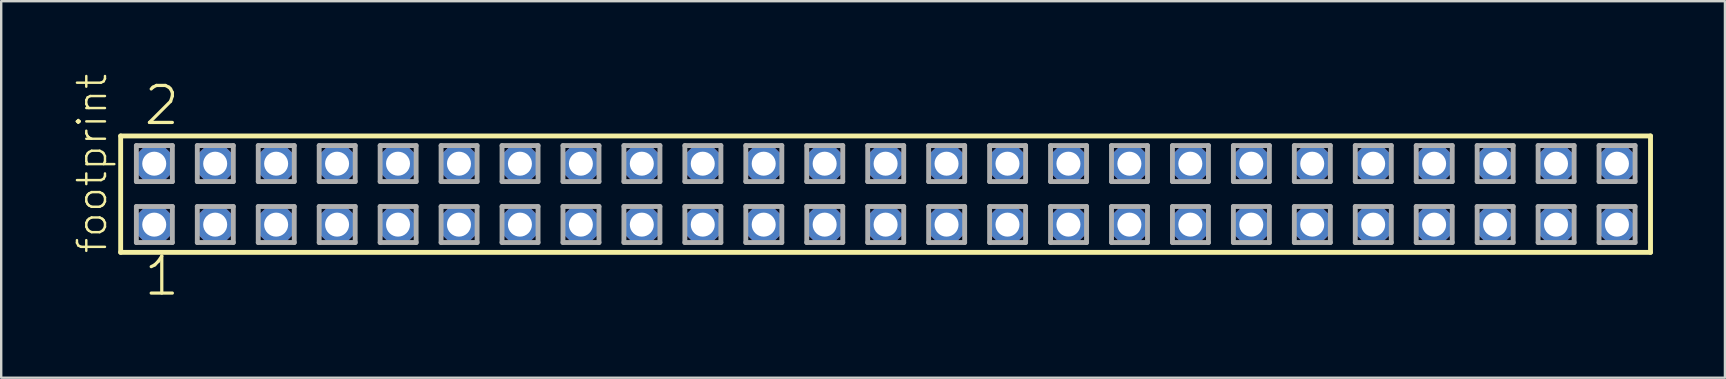
<source format=kicad_pcb>
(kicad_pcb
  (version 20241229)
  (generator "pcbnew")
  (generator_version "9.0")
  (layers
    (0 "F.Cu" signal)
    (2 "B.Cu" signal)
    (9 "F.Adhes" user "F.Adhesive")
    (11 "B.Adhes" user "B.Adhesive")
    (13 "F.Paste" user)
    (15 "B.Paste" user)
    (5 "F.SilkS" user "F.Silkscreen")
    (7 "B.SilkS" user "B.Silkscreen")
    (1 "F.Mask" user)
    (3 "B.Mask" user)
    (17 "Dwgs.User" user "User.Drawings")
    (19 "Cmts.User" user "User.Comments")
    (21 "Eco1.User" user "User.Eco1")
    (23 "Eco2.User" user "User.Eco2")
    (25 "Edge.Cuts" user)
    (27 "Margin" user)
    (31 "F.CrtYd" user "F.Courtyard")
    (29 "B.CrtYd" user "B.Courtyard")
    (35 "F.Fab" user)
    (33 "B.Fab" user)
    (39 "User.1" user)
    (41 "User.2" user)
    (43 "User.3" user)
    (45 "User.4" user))
  (footprint "footprint"
    (layer "F.Cu")
    (at 33.858 5.042)
    (property "Reference" "footprint" (at -32.385 2.54 90) (layer "F.SilkS") (effects (font (size 1.168 1.168) (thickness 0.102)) (justify left bottom)))
    (fp_line (start -31.879 -2.425) (end 31.879 -2.425) (stroke (width 0.203) (type solid)) (layer "F.SilkS"))
    (fp_line (start -31.879 2.425) (end -31.879 -2.425) (stroke (width 0.203) (type solid)) (layer "F.SilkS"))
    (fp_line (start 31.879 -2.425) (end 31.879 2.425) (stroke (width 0.203) (type solid)) (layer "F.SilkS"))
    (fp_line (start 31.879 2.425) (end -31.879 2.425) (stroke (width 0.203) (type solid)) (layer "F.SilkS"))
    (fp_line (start -31.225 -2.025) (end -29.725 -2.025) (stroke (width 0.203) (type solid)) (layer "F.Fab"))
    (fp_line (start -31.225 -0.525) (end -31.225 -2.025) (stroke (width 0.203) (type solid)) (layer "F.Fab"))
    (fp_line (start -31.225 0.515) (end -29.725 0.515) (stroke (width 0.203) (type solid)) (layer "F.Fab"))
    (fp_line (start -31.225 2.015) (end -31.225 0.515) (stroke (width 0.203) (type solid)) (layer "F.Fab"))
    (fp_line (start -29.725 -2.025) (end -29.725 -0.525) (stroke (width 0.203) (type solid)) (layer "F.Fab"))
    (fp_line (start -29.725 -0.525) (end -31.225 -0.525) (stroke (width 0.203) (type solid)) (layer "F.Fab"))
    (fp_line (start -29.725 0.515) (end -29.725 2.015) (stroke (width 0.203) (type solid)) (layer "F.Fab"))
    (fp_line (start -29.725 2.015) (end -31.225 2.015) (stroke (width 0.203) (type solid)) (layer "F.Fab"))
    (fp_line (start -28.685 -2.025) (end -27.185 -2.025) (stroke (width 0.203) (type solid)) (layer "F.Fab"))
    (fp_line (start -28.685 -0.525) (end -28.685 -2.025) (stroke (width 0.203) (type solid)) (layer "F.Fab"))
    (fp_line (start -28.685 0.515) (end -27.185 0.515) (stroke (width 0.203) (type solid)) (layer "F.Fab"))
    (fp_line (start -28.685 2.015) (end -28.685 0.515) (stroke (width 0.203) (type solid)) (layer "F.Fab"))
    (fp_line (start -27.185 -2.025) (end -27.185 -0.525) (stroke (width 0.203) (type solid)) (layer "F.Fab"))
    (fp_line (start -27.185 -0.525) (end -28.685 -0.525) (stroke (width 0.203) (type solid)) (layer "F.Fab"))
    (fp_line (start -27.185 0.515) (end -27.185 2.015) (stroke (width 0.203) (type solid)) (layer "F.Fab"))
    (fp_line (start -27.185 2.015) (end -28.685 2.015) (stroke (width 0.203) (type solid)) (layer "F.Fab"))
    (fp_line (start -26.145 -2.025) (end -24.645 -2.025) (stroke (width 0.203) (type solid)) (layer "F.Fab"))
    (fp_line (start -26.145 -0.525) (end -26.145 -2.025) (stroke (width 0.203) (type solid)) (layer "F.Fab"))
    (fp_line (start -26.145 0.515) (end -24.645 0.515) (stroke (width 0.203) (type solid)) (layer "F.Fab"))
    (fp_line (start -26.145 2.015) (end -26.145 0.515) (stroke (width 0.203) (type solid)) (layer "F.Fab"))
    (fp_line (start -24.645 -2.025) (end -24.645 -0.525) (stroke (width 0.203) (type solid)) (layer "F.Fab"))
    (fp_line (start -24.645 -0.525) (end -26.145 -0.525) (stroke (width 0.203) (type solid)) (layer "F.Fab"))
    (fp_line (start -24.645 0.515) (end -24.645 2.015) (stroke (width 0.203) (type solid)) (layer "F.Fab"))
    (fp_line (start -24.645 2.015) (end -26.145 2.015) (stroke (width 0.203) (type solid)) (layer "F.Fab"))
    (fp_line (start -23.605 -2.025) (end -22.105 -2.025) (stroke (width 0.203) (type solid)) (layer "F.Fab"))
    (fp_line (start -23.605 -0.525) (end -23.605 -2.025) (stroke (width 0.203) (type solid)) (layer "F.Fab"))
    (fp_line (start -23.605 0.515) (end -22.105 0.515) (stroke (width 0.203) (type solid)) (layer "F.Fab"))
    (fp_line (start -23.605 2.015) (end -23.605 0.515) (stroke (width 0.203) (type solid)) (layer "F.Fab"))
    (fp_line (start -22.105 -2.025) (end -22.105 -0.525) (stroke (width 0.203) (type solid)) (layer "F.Fab"))
    (fp_line (start -22.105 -0.525) (end -23.605 -0.525) (stroke (width 0.203) (type solid)) (layer "F.Fab"))
    (fp_line (start -22.105 0.515) (end -22.105 2.015) (stroke (width 0.203) (type solid)) (layer "F.Fab"))
    (fp_line (start -22.105 2.015) (end -23.605 2.015) (stroke (width 0.203) (type solid)) (layer "F.Fab"))
    (fp_line (start -21.065 -2.025) (end -19.565 -2.025) (stroke (width 0.203) (type solid)) (layer "F.Fab"))
    (fp_line (start -21.065 -0.525) (end -21.065 -2.025) (stroke (width 0.203) (type solid)) (layer "F.Fab"))
    (fp_line (start -21.065 0.515) (end -19.565 0.515) (stroke (width 0.203) (type solid)) (layer "F.Fab"))
    (fp_line (start -21.065 2.015) (end -21.065 0.515) (stroke (width 0.203) (type solid)) (layer "F.Fab"))
    (fp_line (start -19.565 -2.025) (end -19.565 -0.525) (stroke (width 0.203) (type solid)) (layer "F.Fab"))
    (fp_line (start -19.565 -0.525) (end -21.065 -0.525) (stroke (width 0.203) (type solid)) (layer "F.Fab"))
    (fp_line (start -19.565 0.515) (end -19.565 2.015) (stroke (width 0.203) (type solid)) (layer "F.Fab"))
    (fp_line (start -19.565 2.015) (end -21.065 2.015) (stroke (width 0.203) (type solid)) (layer "F.Fab"))
    (fp_line (start -18.525 -2.025) (end -17.025 -2.025) (stroke (width 0.203) (type solid)) (layer "F.Fab"))
    (fp_line (start -18.525 -0.525) (end -18.525 -2.025) (stroke (width 0.203) (type solid)) (layer "F.Fab"))
    (fp_line (start -18.525 0.515) (end -17.025 0.515) (stroke (width 0.203) (type solid)) (layer "F.Fab"))
    (fp_line (start -18.525 2.015) (end -18.525 0.515) (stroke (width 0.203) (type solid)) (layer "F.Fab"))
    (fp_line (start -17.025 -2.025) (end -17.025 -0.525) (stroke (width 0.203) (type solid)) (layer "F.Fab"))
    (fp_line (start -17.025 -0.525) (end -18.525 -0.525) (stroke (width 0.203) (type solid)) (layer "F.Fab"))
    (fp_line (start -17.025 0.515) (end -17.025 2.015) (stroke (width 0.203) (type solid)) (layer "F.Fab"))
    (fp_line (start -17.025 2.015) (end -18.525 2.015) (stroke (width 0.203) (type solid)) (layer "F.Fab"))
    (fp_line (start -15.985 -2.025) (end -14.485 -2.025) (stroke (width 0.203) (type solid)) (layer "F.Fab"))
    (fp_line (start -15.985 -0.525) (end -15.985 -2.025) (stroke (width 0.203) (type solid)) (layer "F.Fab"))
    (fp_line (start -15.985 0.515) (end -14.485 0.515) (stroke (width 0.203) (type solid)) (layer "F.Fab"))
    (fp_line (start -15.985 2.015) (end -15.985 0.515) (stroke (width 0.203) (type solid)) (layer "F.Fab"))
    (fp_line (start -14.485 -2.025) (end -14.485 -0.525) (stroke (width 0.203) (type solid)) (layer "F.Fab"))
    (fp_line (start -14.485 -0.525) (end -15.985 -0.525) (stroke (width 0.203) (type solid)) (layer "F.Fab"))
    (fp_line (start -14.485 0.515) (end -14.485 2.015) (stroke (width 0.203) (type solid)) (layer "F.Fab"))
    (fp_line (start -14.485 2.015) (end -15.985 2.015) (stroke (width 0.203) (type solid)) (layer "F.Fab"))
    (fp_line (start -13.445 -2.025) (end -11.945 -2.025) (stroke (width 0.203) (type solid)) (layer "F.Fab"))
    (fp_line (start -13.445 -0.525) (end -13.445 -2.025) (stroke (width 0.203) (type solid)) (layer "F.Fab"))
    (fp_line (start -13.445 0.515) (end -11.945 0.515) (stroke (width 0.203) (type solid)) (layer "F.Fab"))
    (fp_line (start -13.445 2.015) (end -13.445 0.515) (stroke (width 0.203) (type solid)) (layer "F.Fab"))
    (fp_line (start -11.945 -2.025) (end -11.945 -0.525) (stroke (width 0.203) (type solid)) (layer "F.Fab"))
    (fp_line (start -11.945 -0.525) (end -13.445 -0.525) (stroke (width 0.203) (type solid)) (layer "F.Fab"))
    (fp_line (start -11.945 0.515) (end -11.945 2.015) (stroke (width 0.203) (type solid)) (layer "F.Fab"))
    (fp_line (start -11.945 2.015) (end -13.445 2.015) (stroke (width 0.203) (type solid)) (layer "F.Fab"))
    (fp_line (start -10.905 -2.025) (end -9.405 -2.025) (stroke (width 0.203) (type solid)) (layer "F.Fab"))
    (fp_line (start -10.905 -0.525) (end -10.905 -2.025) (stroke (width 0.203) (type solid)) (layer "F.Fab"))
    (fp_line (start -10.905 0.515) (end -9.405 0.515) (stroke (width 0.203) (type solid)) (layer "F.Fab"))
    (fp_line (start -10.905 2.015) (end -10.905 0.515) (stroke (width 0.203) (type solid)) (layer "F.Fab"))
    (fp_line (start -9.405 -2.025) (end -9.405 -0.525) (stroke (width 0.203) (type solid)) (layer "F.Fab"))
    (fp_line (start -9.405 -0.525) (end -10.905 -0.525) (stroke (width 0.203) (type solid)) (layer "F.Fab"))
    (fp_line (start -9.405 0.515) (end -9.405 2.015) (stroke (width 0.203) (type solid)) (layer "F.Fab"))
    (fp_line (start -9.405 2.015) (end -10.905 2.015) (stroke (width 0.203) (type solid)) (layer "F.Fab"))
    (fp_line (start -8.365 -2.025) (end -6.865 -2.025) (stroke (width 0.203) (type solid)) (layer "F.Fab"))
    (fp_line (start -8.365 -0.525) (end -8.365 -2.025) (stroke (width 0.203) (type solid)) (layer "F.Fab"))
    (fp_line (start -8.365 0.515) (end -6.865 0.515) (stroke (width 0.203) (type solid)) (layer "F.Fab"))
    (fp_line (start -8.365 2.015) (end -8.365 0.515) (stroke (width 0.203) (type solid)) (layer "F.Fab"))
    (fp_line (start -6.865 -2.025) (end -6.865 -0.525) (stroke (width 0.203) (type solid)) (layer "F.Fab"))
    (fp_line (start -6.865 -0.525) (end -8.365 -0.525) (stroke (width 0.203) (type solid)) (layer "F.Fab"))
    (fp_line (start -6.865 0.515) (end -6.865 2.015) (stroke (width 0.203) (type solid)) (layer "F.Fab"))
    (fp_line (start -6.865 2.015) (end -8.365 2.015) (stroke (width 0.203) (type solid)) (layer "F.Fab"))
    (fp_line (start -5.825 -2.025) (end -4.325 -2.025) (stroke (width 0.203) (type solid)) (layer "F.Fab"))
    (fp_line (start -5.825 -0.525) (end -5.825 -2.025) (stroke (width 0.203) (type solid)) (layer "F.Fab"))
    (fp_line (start -5.825 0.515) (end -4.325 0.515) (stroke (width 0.203) (type solid)) (layer "F.Fab"))
    (fp_line (start -5.825 2.015) (end -5.825 0.515) (stroke (width 0.203) (type solid)) (layer "F.Fab"))
    (fp_line (start -4.325 -2.025) (end -4.325 -0.525) (stroke (width 0.203) (type solid)) (layer "F.Fab"))
    (fp_line (start -4.325 -0.525) (end -5.825 -0.525) (stroke (width 0.203) (type solid)) (layer "F.Fab"))
    (fp_line (start -4.325 0.515) (end -4.325 2.015) (stroke (width 0.203) (type solid)) (layer "F.Fab"))
    (fp_line (start -4.325 2.015) (end -5.825 2.015) (stroke (width 0.203) (type solid)) (layer "F.Fab"))
    (fp_line (start -3.285 -2.025) (end -1.785 -2.025) (stroke (width 0.203) (type solid)) (layer "F.Fab"))
    (fp_line (start -3.285 -0.525) (end -3.285 -2.025) (stroke (width 0.203) (type solid)) (layer "F.Fab"))
    (fp_line (start -3.285 0.515) (end -1.785 0.515) (stroke (width 0.203) (type solid)) (layer "F.Fab"))
    (fp_line (start -3.285 2.015) (end -3.285 0.515) (stroke (width 0.203) (type solid)) (layer "F.Fab"))
    (fp_line (start -1.785 -2.025) (end -1.785 -0.525) (stroke (width 0.203) (type solid)) (layer "F.Fab"))
    (fp_line (start -1.785 -0.525) (end -3.285 -0.525) (stroke (width 0.203) (type solid)) (layer "F.Fab"))
    (fp_line (start -1.785 0.515) (end -1.785 2.015) (stroke (width 0.203) (type solid)) (layer "F.Fab"))
    (fp_line (start -1.785 2.015) (end -3.285 2.015) (stroke (width 0.203) (type solid)) (layer "F.Fab"))
    (fp_line (start -0.745 -2.025) (end 0.755 -2.025) (stroke (width 0.203) (type solid)) (layer "F.Fab"))
    (fp_line (start -0.745 -0.525) (end -0.745 -2.025) (stroke (width 0.203) (type solid)) (layer "F.Fab"))
    (fp_line (start -0.745 0.515) (end 0.755 0.515) (stroke (width 0.203) (type solid)) (layer "F.Fab"))
    (fp_line (start -0.745 2.015) (end -0.745 0.515) (stroke (width 0.203) (type solid)) (layer "F.Fab"))
    (fp_line (start 0.755 -2.025) (end 0.755 -0.525) (stroke (width 0.203) (type solid)) (layer "F.Fab"))
    (fp_line (start 0.755 -0.525) (end -0.745 -0.525) (stroke (width 0.203) (type solid)) (layer "F.Fab"))
    (fp_line (start 0.755 0.515) (end 0.755 2.015) (stroke (width 0.203) (type solid)) (layer "F.Fab"))
    (fp_line (start 0.755 2.015) (end -0.745 2.015) (stroke (width 0.203) (type solid)) (layer "F.Fab"))
    (fp_line (start 1.795 -2.025) (end 3.295 -2.025) (stroke (width 0.203) (type solid)) (layer "F.Fab"))
    (fp_line (start 1.795 -0.525) (end 1.795 -2.025) (stroke (width 0.203) (type solid)) (layer "F.Fab"))
    (fp_line (start 1.795 0.515) (end 3.295 0.515) (stroke (width 0.203) (type solid)) (layer "F.Fab"))
    (fp_line (start 1.795 2.015) (end 1.795 0.515) (stroke (width 0.203) (type solid)) (layer "F.Fab"))
    (fp_line (start 3.295 -2.025) (end 3.295 -0.525) (stroke (width 0.203) (type solid)) (layer "F.Fab"))
    (fp_line (start 3.295 -0.525) (end 1.795 -0.525) (stroke (width 0.203) (type solid)) (layer "F.Fab"))
    (fp_line (start 3.295 0.515) (end 3.295 2.015) (stroke (width 0.203) (type solid)) (layer "F.Fab"))
    (fp_line (start 3.295 2.015) (end 1.795 2.015) (stroke (width 0.203) (type solid)) (layer "F.Fab"))
    (fp_line (start 4.335 -2.025) (end 5.835 -2.025) (stroke (width 0.203) (type solid)) (layer "F.Fab"))
    (fp_line (start 4.335 -0.525) (end 4.335 -2.025) (stroke (width 0.203) (type solid)) (layer "F.Fab"))
    (fp_line (start 4.335 0.515) (end 5.835 0.515) (stroke (width 0.203) (type solid)) (layer "F.Fab"))
    (fp_line (start 4.335 2.015) (end 4.335 0.515) (stroke (width 0.203) (type solid)) (layer "F.Fab"))
    (fp_line (start 5.835 -2.025) (end 5.835 -0.525) (stroke (width 0.203) (type solid)) (layer "F.Fab"))
    (fp_line (start 5.835 -0.525) (end 4.335 -0.525) (stroke (width 0.203) (type solid)) (layer "F.Fab"))
    (fp_line (start 5.835 0.515) (end 5.835 2.015) (stroke (width 0.203) (type solid)) (layer "F.Fab"))
    (fp_line (start 5.835 2.015) (end 4.335 2.015) (stroke (width 0.203) (type solid)) (layer "F.Fab"))
    (fp_line (start 6.875 -2.025) (end 8.375 -2.025) (stroke (width 0.203) (type solid)) (layer "F.Fab"))
    (fp_line (start 6.875 -0.525) (end 6.875 -2.025) (stroke (width 0.203) (type solid)) (layer "F.Fab"))
    (fp_line (start 6.875 0.515) (end 8.375 0.515) (stroke (width 0.203) (type solid)) (layer "F.Fab"))
    (fp_line (start 6.875 2.015) (end 6.875 0.515) (stroke (width 0.203) (type solid)) (layer "F.Fab"))
    (fp_line (start 8.375 -2.025) (end 8.375 -0.525) (stroke (width 0.203) (type solid)) (layer "F.Fab"))
    (fp_line (start 8.375 -0.525) (end 6.875 -0.525) (stroke (width 0.203) (type solid)) (layer "F.Fab"))
    (fp_line (start 8.375 0.515) (end 8.375 2.015) (stroke (width 0.203) (type solid)) (layer "F.Fab"))
    (fp_line (start 8.375 2.015) (end 6.875 2.015) (stroke (width 0.203) (type solid)) (layer "F.Fab"))
    (fp_line (start 9.415 -2.025) (end 10.915 -2.025) (stroke (width 0.203) (type solid)) (layer "F.Fab"))
    (fp_line (start 9.415 -0.525) (end 9.415 -2.025) (stroke (width 0.203) (type solid)) (layer "F.Fab"))
    (fp_line (start 9.415 0.515) (end 10.915 0.515) (stroke (width 0.203) (type solid)) (layer "F.Fab"))
    (fp_line (start 9.415 2.015) (end 9.415 0.515) (stroke (width 0.203) (type solid)) (layer "F.Fab"))
    (fp_line (start 10.915 -2.025) (end 10.915 -0.525) (stroke (width 0.203) (type solid)) (layer "F.Fab"))
    (fp_line (start 10.915 -0.525) (end 9.415 -0.525) (stroke (width 0.203) (type solid)) (layer "F.Fab"))
    (fp_line (start 10.915 0.515) (end 10.915 2.015) (stroke (width 0.203) (type solid)) (layer "F.Fab"))
    (fp_line (start 10.915 2.015) (end 9.415 2.015) (stroke (width 0.203) (type solid)) (layer "F.Fab"))
    (fp_line (start 11.955 -2.025) (end 13.455 -2.025) (stroke (width 0.203) (type solid)) (layer "F.Fab"))
    (fp_line (start 11.955 -0.525) (end 11.955 -2.025) (stroke (width 0.203) (type solid)) (layer "F.Fab"))
    (fp_line (start 11.955 0.515) (end 13.455 0.515) (stroke (width 0.203) (type solid)) (layer "F.Fab"))
    (fp_line (start 11.955 2.015) (end 11.955 0.515) (stroke (width 0.203) (type solid)) (layer "F.Fab"))
    (fp_line (start 13.455 -2.025) (end 13.455 -0.525) (stroke (width 0.203) (type solid)) (layer "F.Fab"))
    (fp_line (start 13.455 -0.525) (end 11.955 -0.525) (stroke (width 0.203) (type solid)) (layer "F.Fab"))
    (fp_line (start 13.455 0.515) (end 13.455 2.015) (stroke (width 0.203) (type solid)) (layer "F.Fab"))
    (fp_line (start 13.455 2.015) (end 11.955 2.015) (stroke (width 0.203) (type solid)) (layer "F.Fab"))
    (fp_line (start 14.495 -2.025) (end 15.995 -2.025) (stroke (width 0.203) (type solid)) (layer "F.Fab"))
    (fp_line (start 14.495 -0.525) (end 14.495 -2.025) (stroke (width 0.203) (type solid)) (layer "F.Fab"))
    (fp_line (start 14.495 0.515) (end 15.995 0.515) (stroke (width 0.203) (type solid)) (layer "F.Fab"))
    (fp_line (start 14.495 2.015) (end 14.495 0.515) (stroke (width 0.203) (type solid)) (layer "F.Fab"))
    (fp_line (start 15.995 -2.025) (end 15.995 -0.525) (stroke (width 0.203) (type solid)) (layer "F.Fab"))
    (fp_line (start 15.995 -0.525) (end 14.495 -0.525) (stroke (width 0.203) (type solid)) (layer "F.Fab"))
    (fp_line (start 15.995 0.515) (end 15.995 2.015) (stroke (width 0.203) (type solid)) (layer "F.Fab"))
    (fp_line (start 15.995 2.015) (end 14.495 2.015) (stroke (width 0.203) (type solid)) (layer "F.Fab"))
    (fp_line (start 17.035 -2.025) (end 18.535 -2.025) (stroke (width 0.203) (type solid)) (layer "F.Fab"))
    (fp_line (start 17.035 -0.525) (end 17.035 -2.025) (stroke (width 0.203) (type solid)) (layer "F.Fab"))
    (fp_line (start 17.035 0.515) (end 18.535 0.515) (stroke (width 0.203) (type solid)) (layer "F.Fab"))
    (fp_line (start 17.035 2.015) (end 17.035 0.515) (stroke (width 0.203) (type solid)) (layer "F.Fab"))
    (fp_line (start 18.535 -2.025) (end 18.535 -0.525) (stroke (width 0.203) (type solid)) (layer "F.Fab"))
    (fp_line (start 18.535 -0.525) (end 17.035 -0.525) (stroke (width 0.203) (type solid)) (layer "F.Fab"))
    (fp_line (start 18.535 0.515) (end 18.535 2.015) (stroke (width 0.203) (type solid)) (layer "F.Fab"))
    (fp_line (start 18.535 2.015) (end 17.035 2.015) (stroke (width 0.203) (type solid)) (layer "F.Fab"))
    (fp_line (start 19.575 -2.025) (end 21.075 -2.025) (stroke (width 0.203) (type solid)) (layer "F.Fab"))
    (fp_line (start 19.575 -0.525) (end 19.575 -2.025) (stroke (width 0.203) (type solid)) (layer "F.Fab"))
    (fp_line (start 19.575 0.515) (end 21.075 0.515) (stroke (width 0.203) (type solid)) (layer "F.Fab"))
    (fp_line (start 19.575 2.015) (end 19.575 0.515) (stroke (width 0.203) (type solid)) (layer "F.Fab"))
    (fp_line (start 21.075 -2.025) (end 21.075 -0.525) (stroke (width 0.203) (type solid)) (layer "F.Fab"))
    (fp_line (start 21.075 -0.525) (end 19.575 -0.525) (stroke (width 0.203) (type solid)) (layer "F.Fab"))
    (fp_line (start 21.075 0.515) (end 21.075 2.015) (stroke (width 0.203) (type solid)) (layer "F.Fab"))
    (fp_line (start 21.075 2.015) (end 19.575 2.015) (stroke (width 0.203) (type solid)) (layer "F.Fab"))
    (fp_line (start 22.115 -2.025) (end 23.615 -2.025) (stroke (width 0.203) (type solid)) (layer "F.Fab"))
    (fp_line (start 22.115 -0.525) (end 22.115 -2.025) (stroke (width 0.203) (type solid)) (layer "F.Fab"))
    (fp_line (start 22.115 0.515) (end 23.615 0.515) (stroke (width 0.203) (type solid)) (layer "F.Fab"))
    (fp_line (start 22.115 2.015) (end 22.115 0.515) (stroke (width 0.203) (type solid)) (layer "F.Fab"))
    (fp_line (start 23.615 -2.025) (end 23.615 -0.525) (stroke (width 0.203) (type solid)) (layer "F.Fab"))
    (fp_line (start 23.615 -0.525) (end 22.115 -0.525) (stroke (width 0.203) (type solid)) (layer "F.Fab"))
    (fp_line (start 23.615 0.515) (end 23.615 2.015) (stroke (width 0.203) (type solid)) (layer "F.Fab"))
    (fp_line (start 23.615 2.015) (end 22.115 2.015) (stroke (width 0.203) (type solid)) (layer "F.Fab"))
    (fp_line (start 24.655 -2.025) (end 26.155 -2.025) (stroke (width 0.203) (type solid)) (layer "F.Fab"))
    (fp_line (start 24.655 -0.525) (end 24.655 -2.025) (stroke (width 0.203) (type solid)) (layer "F.Fab"))
    (fp_line (start 24.655 0.515) (end 26.155 0.515) (stroke (width 0.203) (type solid)) (layer "F.Fab"))
    (fp_line (start 24.655 2.015) (end 24.655 0.515) (stroke (width 0.203) (type solid)) (layer "F.Fab"))
    (fp_line (start 26.155 -2.025) (end 26.155 -0.525) (stroke (width 0.203) (type solid)) (layer "F.Fab"))
    (fp_line (start 26.155 -0.525) (end 24.655 -0.525) (stroke (width 0.203) (type solid)) (layer "F.Fab"))
    (fp_line (start 26.155 0.515) (end 26.155 2.015) (stroke (width 0.203) (type solid)) (layer "F.Fab"))
    (fp_line (start 26.155 2.015) (end 24.655 2.015) (stroke (width 0.203) (type solid)) (layer "F.Fab"))
    (fp_line (start 27.195 -2.025) (end 28.695 -2.025) (stroke (width 0.203) (type solid)) (layer "F.Fab"))
    (fp_line (start 27.195 -0.525) (end 27.195 -2.025) (stroke (width 0.203) (type solid)) (layer "F.Fab"))
    (fp_line (start 27.195 0.515) (end 28.695 0.515) (stroke (width 0.203) (type solid)) (layer "F.Fab"))
    (fp_line (start 27.195 2.015) (end 27.195 0.515) (stroke (width 0.203) (type solid)) (layer "F.Fab"))
    (fp_line (start 28.695 -2.025) (end 28.695 -0.525) (stroke (width 0.203) (type solid)) (layer "F.Fab"))
    (fp_line (start 28.695 -0.525) (end 27.195 -0.525) (stroke (width 0.203) (type solid)) (layer "F.Fab"))
    (fp_line (start 28.695 0.515) (end 28.695 2.015) (stroke (width 0.203) (type solid)) (layer "F.Fab"))
    (fp_line (start 28.695 2.015) (end 27.195 2.015) (stroke (width 0.203) (type solid)) (layer "F.Fab"))
    (fp_line (start 29.735 -2.025) (end 31.235 -2.025) (stroke (width 0.203) (type solid)) (layer "F.Fab"))
    (fp_line (start 29.735 -0.525) (end 29.735 -2.025) (stroke (width 0.203) (type solid)) (layer "F.Fab"))
    (fp_line (start 29.735 0.515) (end 31.235 0.515) (stroke (width 0.203) (type solid)) (layer "F.Fab"))
    (fp_line (start 29.735 2.015) (end 29.735 0.515) (stroke (width 0.203) (type solid)) (layer "F.Fab"))
    (fp_line (start 31.235 -2.025) (end 31.235 -0.525) (stroke (width 0.203) (type solid)) (layer "F.Fab"))
    (fp_line (start 31.235 -0.525) (end 29.735 -0.525) (stroke (width 0.203) (type solid)) (layer "F.Fab"))
    (fp_line (start 31.235 0.515) (end 31.235 2.015) (stroke (width 0.203) (type solid)) (layer "F.Fab"))
    (fp_line (start 31.235 2.015) (end 29.735 2.015) (stroke (width 0.203) (type solid)) (layer "F.Fab"))
    (fp_text user "1" (at -30.988 4.318 0) (layer "F.SilkS") (effects (font (size 1.542 1.542) (thickness 0.134)) (justify left bottom)))
    (fp_text user "2" (at -30.988 -2.794 0) (layer "F.SilkS") (effects (font (size 1.542 1.542) (thickness 0.134)) (justify left bottom)))
    (pad "1" thru_hole roundrect (at -30.48 1.27) (size 1.5 1.5) (drill 1) (layers "*.Cu" "*.Mask") (roundrect_rratio 0.25) (chamfer_ratio 0.25) (chamfer top_left top_right bottom_left bottom_right))
    (pad "2" thru_hole roundrect (at -30.48 -1.27) (size 1.5 1.5) (drill 1) (layers "*.Cu" "*.Mask") (roundrect_rratio 0.25) (chamfer_ratio 0.25) (chamfer top_left top_right bottom_left bottom_right))
    (pad "3" thru_hole roundrect (at -27.94 1.27) (size 1.5 1.5) (drill 1) (layers "*.Cu" "*.Mask") (roundrect_rratio 0.25) (chamfer_ratio 0.25) (chamfer top_left top_right bottom_left bottom_right))
    (pad "4" thru_hole roundrect (at -27.94 -1.27) (size 1.5 1.5) (drill 1) (layers "*.Cu" "*.Mask") (roundrect_rratio 0.25) (chamfer_ratio 0.25) (chamfer top_left top_right bottom_left bottom_right))
    (pad "5" thru_hole roundrect (at -25.4 1.27) (size 1.5 1.5) (drill 1) (layers "*.Cu" "*.Mask") (roundrect_rratio 0.25) (chamfer_ratio 0.25) (chamfer top_left top_right bottom_left bottom_right))
    (pad "6" thru_hole roundrect (at -25.4 -1.27) (size 1.5 1.5) (drill 1) (layers "*.Cu" "*.Mask") (roundrect_rratio 0.25) (chamfer_ratio 0.25) (chamfer top_left top_right bottom_left bottom_right))
    (pad "7" thru_hole roundrect (at -22.86 1.27) (size 1.5 1.5) (drill 1) (layers "*.Cu" "*.Mask") (roundrect_rratio 0.25) (chamfer_ratio 0.25) (chamfer top_left top_right bottom_left bottom_right))
    (pad "8" thru_hole roundrect (at -22.86 -1.27) (size 1.5 1.5) (drill 1) (layers "*.Cu" "*.Mask") (roundrect_rratio 0.25) (chamfer_ratio 0.25) (chamfer top_left top_right bottom_left bottom_right))
    (pad "9" thru_hole roundrect (at -20.32 1.27) (size 1.5 1.5) (drill 1) (layers "*.Cu" "*.Mask") (roundrect_rratio 0.25) (chamfer_ratio 0.25) (chamfer top_left top_right bottom_left bottom_right))
    (pad "10" thru_hole roundrect (at -20.32 -1.27) (size 1.5 1.5) (drill 1) (layers "*.Cu" "*.Mask") (roundrect_rratio 0.25) (chamfer_ratio 0.25) (chamfer top_left top_right bottom_left bottom_right))
    (pad "11" thru_hole roundrect (at -17.78 1.27) (size 1.5 1.5) (drill 1) (layers "*.Cu" "*.Mask") (roundrect_rratio 0.25) (chamfer_ratio 0.25) (chamfer top_left top_right bottom_left bottom_right))
    (pad "12" thru_hole roundrect (at -17.78 -1.27) (size 1.5 1.5) (drill 1) (layers "*.Cu" "*.Mask") (roundrect_rratio 0.25) (chamfer_ratio 0.25) (chamfer top_left top_right bottom_left bottom_right))
    (pad "13" thru_hole roundrect (at -15.24 1.27) (size 1.5 1.5) (drill 1) (layers "*.Cu" "*.Mask") (roundrect_rratio 0.25) (chamfer_ratio 0.25) (chamfer top_left top_right bottom_left bottom_right))
    (pad "14" thru_hole roundrect (at -15.24 -1.27) (size 1.5 1.5) (drill 1) (layers "*.Cu" "*.Mask") (roundrect_rratio 0.25) (chamfer_ratio 0.25) (chamfer top_left top_right bottom_left bottom_right))
    (pad "15" thru_hole roundrect (at -12.7 1.27) (size 1.5 1.5) (drill 1) (layers "*.Cu" "*.Mask") (roundrect_rratio 0.25) (chamfer_ratio 0.25) (chamfer top_left top_right bottom_left bottom_right))
    (pad "16" thru_hole roundrect (at -12.7 -1.27) (size 1.5 1.5) (drill 1) (layers "*.Cu" "*.Mask") (roundrect_rratio 0.25) (chamfer_ratio 0.25) (chamfer top_left top_right bottom_left bottom_right))
    (pad "17" thru_hole roundrect (at -10.16 1.27) (size 1.5 1.5) (drill 1) (layers "*.Cu" "*.Mask") (roundrect_rratio 0.25) (chamfer_ratio 0.25) (chamfer top_left top_right bottom_left bottom_right))
    (pad "18" thru_hole roundrect (at -10.16 -1.27) (size 1.5 1.5) (drill 1) (layers "*.Cu" "*.Mask") (roundrect_rratio 0.25) (chamfer_ratio 0.25) (chamfer top_left top_right bottom_left bottom_right))
    (pad "19" thru_hole roundrect (at -7.62 1.27) (size 1.5 1.5) (drill 1) (layers "*.Cu" "*.Mask") (roundrect_rratio 0.25) (chamfer_ratio 0.25) (chamfer top_left top_right bottom_left bottom_right))
    (pad "20" thru_hole roundrect (at -7.62 -1.27) (size 1.5 1.5) (drill 1) (layers "*.Cu" "*.Mask") (roundrect_rratio 0.25) (chamfer_ratio 0.25) (chamfer top_left top_right bottom_left bottom_right))
    (pad "21" thru_hole roundrect (at -5.08 1.27) (size 1.5 1.5) (drill 1) (layers "*.Cu" "*.Mask") (roundrect_rratio 0.25) (chamfer_ratio 0.25) (chamfer top_left top_right bottom_left bottom_right))
    (pad "22" thru_hole roundrect (at -5.08 -1.27) (size 1.5 1.5) (drill 1) (layers "*.Cu" "*.Mask") (roundrect_rratio 0.25) (chamfer_ratio 0.25) (chamfer top_left top_right bottom_left bottom_right))
    (pad "23" thru_hole roundrect (at -2.54 1.27) (size 1.5 1.5) (drill 1) (layers "*.Cu" "*.Mask") (roundrect_rratio 0.25) (chamfer_ratio 0.25) (chamfer top_left top_right bottom_left bottom_right))
    (pad "24" thru_hole roundrect (at -2.54 -1.27) (size 1.5 1.5) (drill 1) (layers "*.Cu" "*.Mask") (roundrect_rratio 0.25) (chamfer_ratio 0.25) (chamfer top_left top_right bottom_left bottom_right))
    (pad "25" thru_hole roundrect (at 0 1.27) (size 1.5 1.5) (drill 1) (layers "*.Cu" "*.Mask") (roundrect_rratio 0.25) (chamfer_ratio 0.25) (chamfer top_left top_right bottom_left bottom_right))
    (pad "26" thru_hole roundrect (at 0 -1.27) (size 1.5 1.5) (drill 1) (layers "*.Cu" "*.Mask") (roundrect_rratio 0.25) (chamfer_ratio 0.25) (chamfer top_left top_right bottom_left bottom_right))
    (pad "27" thru_hole roundrect (at 2.54 1.27) (size 1.5 1.5) (drill 1) (layers "*.Cu" "*.Mask") (roundrect_rratio 0.25) (chamfer_ratio 0.25) (chamfer top_left top_right bottom_left bottom_right))
    (pad "28" thru_hole roundrect (at 2.54 -1.27) (size 1.5 1.5) (drill 1) (layers "*.Cu" "*.Mask") (roundrect_rratio 0.25) (chamfer_ratio 0.25) (chamfer top_left top_right bottom_left bottom_right))
    (pad "29" thru_hole roundrect (at 5.08 1.27) (size 1.5 1.5) (drill 1) (layers "*.Cu" "*.Mask") (roundrect_rratio 0.25) (chamfer_ratio 0.25) (chamfer top_left top_right bottom_left bottom_right))
    (pad "30" thru_hole roundrect (at 5.08 -1.27) (size 1.5 1.5) (drill 1) (layers "*.Cu" "*.Mask") (roundrect_rratio 0.25) (chamfer_ratio 0.25) (chamfer top_left top_right bottom_left bottom_right))
    (pad "31" thru_hole roundrect (at 7.62 1.27) (size 1.5 1.5) (drill 1) (layers "*.Cu" "*.Mask") (roundrect_rratio 0.25) (chamfer_ratio 0.25) (chamfer top_left top_right bottom_left bottom_right))
    (pad "32" thru_hole roundrect (at 7.62 -1.27) (size 1.5 1.5) (drill 1) (layers "*.Cu" "*.Mask") (roundrect_rratio 0.25) (chamfer_ratio 0.25) (chamfer top_left top_right bottom_left bottom_right))
    (pad "33" thru_hole roundrect (at 10.16 1.27) (size 1.5 1.5) (drill 1) (layers "*.Cu" "*.Mask") (roundrect_rratio 0.25) (chamfer_ratio 0.25) (chamfer top_left top_right bottom_left bottom_right))
    (pad "34" thru_hole roundrect (at 10.16 -1.27) (size 1.5 1.5) (drill 1) (layers "*.Cu" "*.Mask") (roundrect_rratio 0.25) (chamfer_ratio 0.25) (chamfer top_left top_right bottom_left bottom_right))
    (pad "35" thru_hole roundrect (at 12.7 1.27) (size 1.5 1.5) (drill 1) (layers "*.Cu" "*.Mask") (roundrect_rratio 0.25) (chamfer_ratio 0.25) (chamfer top_left top_right bottom_left bottom_right))
    (pad "36" thru_hole roundrect (at 12.7 -1.27) (size 1.5 1.5) (drill 1) (layers "*.Cu" "*.Mask") (roundrect_rratio 0.25) (chamfer_ratio 0.25) (chamfer top_left top_right bottom_left bottom_right))
    (pad "37" thru_hole roundrect (at 15.24 1.27) (size 1.5 1.5) (drill 1) (layers "*.Cu" "*.Mask") (roundrect_rratio 0.25) (chamfer_ratio 0.25) (chamfer top_left top_right bottom_left bottom_right))
    (pad "38" thru_hole roundrect (at 15.24 -1.27) (size 1.5 1.5) (drill 1) (layers "*.Cu" "*.Mask") (roundrect_rratio 0.25) (chamfer_ratio 0.25) (chamfer top_left top_right bottom_left bottom_right))
    (pad "39" thru_hole roundrect (at 17.78 1.27) (size 1.5 1.5) (drill 1) (layers "*.Cu" "*.Mask") (roundrect_rratio 0.25) (chamfer_ratio 0.25) (chamfer top_left top_right bottom_left bottom_right))
    (pad "40" thru_hole roundrect (at 17.78 -1.27) (size 1.5 1.5) (drill 1) (layers "*.Cu" "*.Mask") (roundrect_rratio 0.25) (chamfer_ratio 0.25) (chamfer top_left top_right bottom_left bottom_right))
    (pad "41" thru_hole roundrect (at 20.32 1.27) (size 1.5 1.5) (drill 1) (layers "*.Cu" "*.Mask") (roundrect_rratio 0.25) (chamfer_ratio 0.25) (chamfer top_left top_right bottom_left bottom_right))
    (pad "42" thru_hole roundrect (at 20.32 -1.27) (size 1.5 1.5) (drill 1) (layers "*.Cu" "*.Mask") (roundrect_rratio 0.25) (chamfer_ratio 0.25) (chamfer top_left top_right bottom_left bottom_right))
    (pad "43" thru_hole roundrect (at 22.86 1.27) (size 1.5 1.5) (drill 1) (layers "*.Cu" "*.Mask") (roundrect_rratio 0.25) (chamfer_ratio 0.25) (chamfer top_left top_right bottom_left bottom_right))
    (pad "44" thru_hole roundrect (at 22.86 -1.27) (size 1.5 1.5) (drill 1) (layers "*.Cu" "*.Mask") (roundrect_rratio 0.25) (chamfer_ratio 0.25) (chamfer top_left top_right bottom_left bottom_right))
    (pad "45" thru_hole roundrect (at 25.4 1.27) (size 1.5 1.5) (drill 1) (layers "*.Cu" "*.Mask") (roundrect_rratio 0.25) (chamfer_ratio 0.25) (chamfer top_left top_right bottom_left bottom_right))
    (pad "46" thru_hole roundrect (at 25.4 -1.27) (size 1.5 1.5) (drill 1) (layers "*.Cu" "*.Mask") (roundrect_rratio 0.25) (chamfer_ratio 0.25) (chamfer top_left top_right bottom_left bottom_right))
    (pad "47" thru_hole roundrect (at 27.94 1.27) (size 1.5 1.5) (drill 1) (layers "*.Cu" "*.Mask") (roundrect_rratio 0.25) (chamfer_ratio 0.25) (chamfer top_left top_right bottom_left bottom_right))
    (pad "48" thru_hole roundrect (at 27.94 -1.27) (size 1.5 1.5) (drill 1) (layers "*.Cu" "*.Mask") (roundrect_rratio 0.25) (chamfer_ratio 0.25) (chamfer top_left top_right bottom_left bottom_right))
    (pad "49" thru_hole roundrect (at 30.48 1.27) (size 1.5 1.5) (drill 1) (layers "*.Cu" "*.Mask") (roundrect_rratio 0.25) (chamfer_ratio 0.25) (chamfer top_left top_right bottom_left bottom_right))
    (pad "50" thru_hole roundrect (at 30.48 -1.27) (size 1.5 1.5) (drill 1) (layers "*.Cu" "*.Mask") (roundrect_rratio 0.25) (chamfer_ratio 0.25) (chamfer top_left top_right bottom_left bottom_right)))
  (gr_rect
    (start -3 -3)
    (end 68.839 12.691)
    (stroke (width 0.1) (type default))
    (fill no)
    (layer "Edge.Cuts")))
</source>
